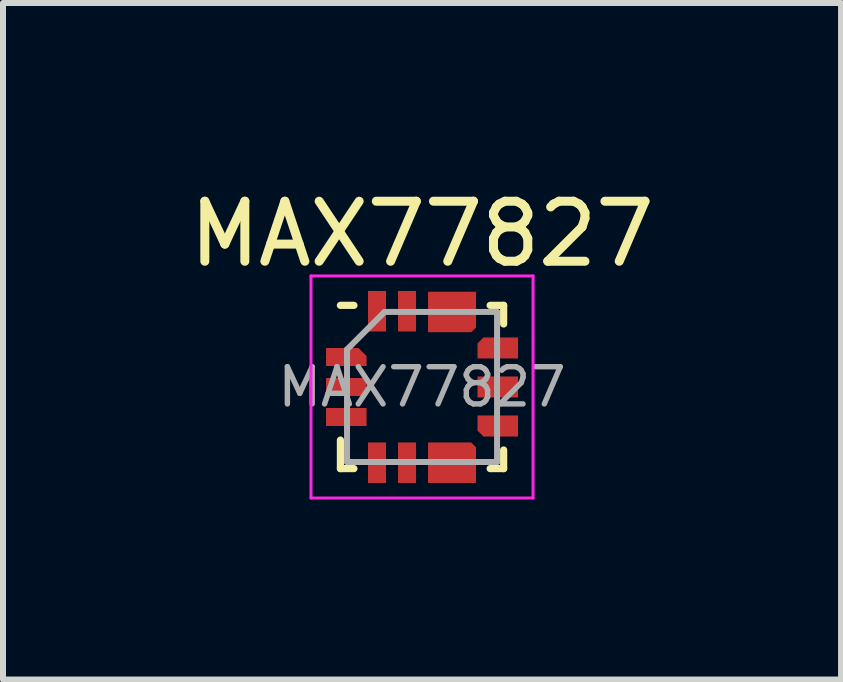
<source format=kicad_pcb>
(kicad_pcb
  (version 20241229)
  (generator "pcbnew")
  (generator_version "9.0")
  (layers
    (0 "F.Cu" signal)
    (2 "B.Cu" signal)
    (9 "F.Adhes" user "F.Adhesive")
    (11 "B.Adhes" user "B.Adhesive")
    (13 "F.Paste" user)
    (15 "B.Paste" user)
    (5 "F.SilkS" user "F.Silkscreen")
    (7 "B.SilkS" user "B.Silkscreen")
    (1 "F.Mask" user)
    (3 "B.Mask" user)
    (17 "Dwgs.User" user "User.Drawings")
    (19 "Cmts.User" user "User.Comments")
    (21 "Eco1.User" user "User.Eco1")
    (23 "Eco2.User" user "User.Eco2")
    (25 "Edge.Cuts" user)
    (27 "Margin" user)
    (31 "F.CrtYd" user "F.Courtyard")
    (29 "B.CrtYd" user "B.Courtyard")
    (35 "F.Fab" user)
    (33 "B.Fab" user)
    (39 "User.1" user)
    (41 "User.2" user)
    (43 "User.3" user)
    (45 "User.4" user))
  (footprint "MAX77827"
    (layer "F.Cu")
    (at 3.982 3.398)
    (property "Reference" "MAX77827" (at 0 -2.55 0) (layer "F.SilkS") (effects (font (size 1 1) (thickness 0.15))))
    (attr smd)
    (fp_line (start -1.36 1.36) (end -1.36 0.885) (stroke (width 0.12) (type solid)) (layer "F.SilkS"))
    (fp_line (start -1.135 -1.36) (end -1.36 -1.36) (stroke (width 0.12) (type solid)) (layer "F.SilkS"))
    (fp_line (start -1.135 1.36) (end -1.36 1.36) (stroke (width 0.12) (type solid)) (layer "F.SilkS"))
    (fp_line (start 1.135 -1.36) (end 1.36 -1.36) (stroke (width 0.12) (type solid)) (layer "F.SilkS"))
    (fp_line (start 1.135 1.36) (end 1.36 1.36) (stroke (width 0.12) (type solid)) (layer "F.SilkS"))
    (fp_line (start 1.36 -1.36) (end 1.36 -1.05) (stroke (width 0.12) (type solid)) (layer "F.SilkS"))
    (fp_line (start 1.36 1.36) (end 1.36 1.05) (stroke (width 0.12) (type solid)) (layer "F.SilkS"))
    (fp_line (start -1.85 -1.85) (end -1.85 1.85) (stroke (width 0.05) (type solid)) (layer "F.CrtYd"))
    (fp_line (start -1.85 1.85) (end 1.85 1.85) (stroke (width 0.05) (type solid)) (layer "F.CrtYd"))
    (fp_line (start 1.85 -1.85) (end -1.85 -1.85) (stroke (width 0.05) (type solid)) (layer "F.CrtYd"))
    (fp_line (start 1.85 1.85) (end 1.85 -1.85) (stroke (width 0.05) (type solid)) (layer "F.CrtYd"))
    (fp_line (start -1.25 -0.625) (end -0.625 -1.25) (stroke (width 0.1) (type solid)) (layer "F.Fab"))
    (fp_line (start -1.25 1.25) (end -1.25 -0.625) (stroke (width 0.1) (type solid)) (layer "F.Fab"))
    (fp_line (start -0.625 -1.25) (end 1.25 -1.25) (stroke (width 0.1) (type solid)) (layer "F.Fab"))
    (fp_line (start 1.25 -1.25) (end 1.25 1.25) (stroke (width 0.1) (type solid)) (layer "F.Fab"))
    (fp_line (start 1.25 1.25) (end -1.25 1.25) (stroke (width 0.1) (type solid)) (layer "F.Fab"))
    (fp_text user "${REFERENCE}" (at 0 0 0) (layer "F.Fab") (effects (font (size 0.62 0.62) (thickness 0.09))))
    (pad "1" smd roundrect (at -1.262 -0.5) (size 0.675 0.3) (layers "F.Cu" "F.Mask" "F.Paste") (roundrect_rratio 0) (chamfer_ratio 0.45) (chamfer top_right))
    (pad "2" smd rect (at -1.262 0) (size 0.675 0.3) (layers "F.Cu" "F.Mask" "F.Paste"))
    (pad "3" smd rect (at -1.262 0.5) (size 0.675 0.3) (layers "F.Cu" "F.Mask" "F.Paste"))
    (pad "4" smd rect (at -0.75 1.262) (size 0.3 0.675) (layers "F.Cu" "F.Mask" "F.Paste"))
    (pad "5" smd rect (at -0.25 1.262) (size 0.3 0.675) (layers "F.Cu" "F.Mask" "F.Paste"))
    (pad "6/7" smd roundrect (at 0.5 1.262) (size 0.8 0.675) (layers "F.Cu" "F.Mask" "F.Paste") (roundrect_rratio 0) (chamfer_ratio 0.12) (chamfer top_right))
    (pad "8" smd roundrect (at 1.262 0.65) (size 0.675 0.35) (layers "F.Cu" "F.Mask" "F.Paste") (roundrect_rratio 0) (chamfer_ratio 0.28) (chamfer bottom_left))
    (pad "9" smd rect (at 1.262 0) (size 0.675 0.35) (layers "F.Cu" "F.Mask" "F.Paste"))
    (pad "10" smd roundrect (at 1.262 -0.65) (size 0.675 0.35) (layers "F.Cu" "F.Mask" "F.Paste") (roundrect_rratio 0) (chamfer_ratio 0.28) (chamfer top_left))
    (pad "11/12" smd roundrect (at 0.5 -1.25) (size 0.8 0.675) (layers "F.Cu" "F.Mask" "F.Paste") (roundrect_rratio 0) (chamfer_ratio 0.12) (chamfer bottom_right))
    (pad "13" smd rect (at -0.25 -1.262) (size 0.3 0.675) (layers "F.Cu" "F.Mask" "F.Paste"))
    (pad "14" smd rect (at -0.75 -1.262) (size 0.3 0.675) (layers "F.Cu" "F.Mask" "F.Paste")))
  (gr_rect
    (start -3 -3)
    (end 10.964 8.273)
    (stroke (width 0.1) (type default))
    (fill no)
    (layer "Edge.Cuts")))
</source>
